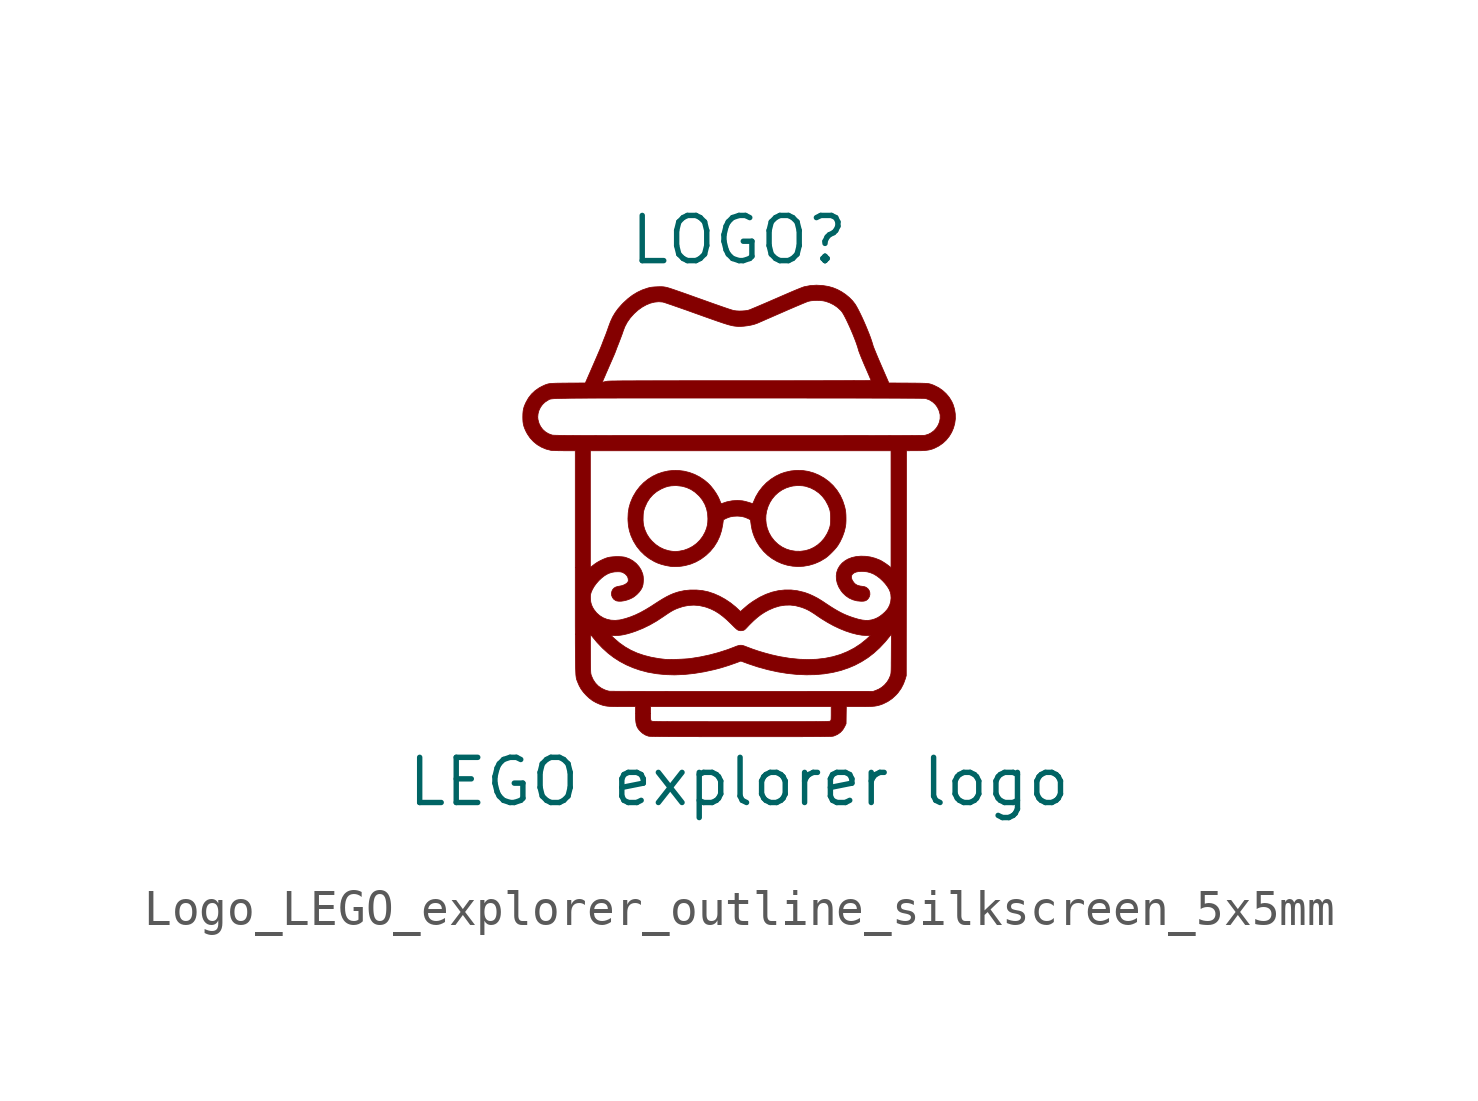
<source format=kicad_sym>
(kicad_symbol_lib
  (version 20231120)
  (generator "kicad_symbol_editor")
  (generator_version "8.0")
  (symbol "Logo_LEGO_explorer_outline_silkscreen_5x5mm"
    (pin_names
      (offset 1.016))
    (property "Reference" "LOGO"
      (at 0 7.62 0)
      (effects (font (size 1.27 1.27))))
    (property "Value" "LEGO explorer logo"
      (at 0 -7.62 0)
      (effects (font (size 1.27 1.27))))
    (symbol "Logo_LEGO_explorer_outline_silkscreen_5x5mm_0_0"
      (polyline (pts (xy -1.752 -1.564) (xy -1.687 -1.56) (xy -1.63 -1.555) (xy -1.518 -1.537) (xy -1.358 -1.494) (xy -1.207 -1.431) (xy -1.064 -1.349) (xy -0.927 -1.247) (xy -0.807 -1.133) (xy -0.702 -1.005) (xy -0.614 -0.865) (xy -0.543 -0.714) (xy -0.491 -0.552) (xy -0.457 -0.381) (xy -0.439 -0.249) (xy -0.37 -0.214) (xy -0.342 -0.201) (xy -0.254 -0.169) (xy -0.162 -0.151) (xy -0.058 -0.145) (xy -0.022 -0.146) (xy 0.076 -0.155) (xy 0.166 -0.178) (xy 0.254 -0.214) (xy 0.311 -0.243) (xy 0.754 -0.243) (xy 0.758 -0.119) (xy 0.779 0.002) (xy 0.815 0.12) (xy 0.866 0.233) (xy 0.931 0.337) (xy 1.01 0.433) (xy 1.103 0.518) (xy 1.208 0.59) (xy 1.326 0.648) (xy 1.455 0.689) (xy 1.52 0.702) (xy 1.609 0.711) (xy 1.702 0.713) (xy 1.79 0.707) (xy 1.866 0.695) (xy 1.88 0.691) (xy 2.013 0.647) (xy 2.136 0.584) (xy 2.247 0.505) (xy 2.345 0.41) (xy 2.429 0.301) (xy 2.496 0.178) (xy 2.5 0.171) (xy 2.528 0.105) (xy 2.549 0.048) (xy 2.563 -0.006) (xy 2.571 -0.064) (xy 2.575 -0.13) (xy 2.577 -0.212) (xy 2.576 -0.221) (xy 2.575 -0.301) (xy 2.571 -0.366) (xy 2.562 -0.423) (xy 2.547 -0.477) (xy 2.526 -0.534) (xy 2.496 -0.602) (xy 2.471 -0.652) (xy 2.4 -0.765) (xy 2.313 -0.866) (xy 2.214 -0.954) (xy 2.105 -1.026) (xy 1.987 -1.081) (xy 1.864 -1.117) (xy 1.727 -1.135) (xy 1.59 -1.133) (xy 1.456 -1.112) (xy 1.329 -1.072) (xy 1.209 -1.014) (xy 1.098 -0.937) (xy 0.999 -0.844) (xy 0.99 -0.833) (xy 0.906 -0.725) (xy 0.842 -0.61) (xy 0.795 -0.49) (xy 0.766 -0.367) (xy 0.754 -0.243) (xy 0.311 -0.243) (xy 0.323 -0.249) (xy 0.331 -0.312) (xy 0.343 -0.4) (xy 0.365 -0.52) (xy 0.395 -0.627) (xy 0.432 -0.729) (xy 0.479 -0.829) (xy 0.501 -0.871) (xy 0.59 -1.012) (xy 0.693 -1.137) (xy 0.808 -1.247) (xy 0.933 -1.341) (xy 1.067 -1.419) (xy 1.208 -1.481) (xy 1.356 -1.526) (xy 1.507 -1.553) (xy 1.661 -1.563) (xy 1.817 -1.555) (xy 1.972 -1.528) (xy 2.125 -1.483) (xy 2.275 -1.418) (xy 2.419 -1.333) (xy 2.43 -1.326) (xy 2.49 -1.28) (xy 2.555 -1.222) (xy 2.621 -1.157) (xy 2.685 -1.09) (xy 2.74 -1.026) (xy 2.782 -0.968) (xy 2.843 -0.866) (xy 2.91 -0.725) (xy 2.962 -0.579) (xy 2.996 -0.434) (xy 2.997 -0.427) (xy 3.005 -0.361) (xy 3.009 -0.281) (xy 3.009 -0.195) (xy 3.007 -0.11) (xy 3.001 -0.031) (xy 2.991 0.034) (xy 2.969 0.129) (xy 2.916 0.29) (xy 2.845 0.441) (xy 2.756 0.581) (xy 2.651 0.709) (xy 2.531 0.823) (xy 2.397 0.922) (xy 2.249 1.006) (xy 2.107 1.066) (xy 1.948 1.112) (xy 1.786 1.137) (xy 1.622 1.141) (xy 1.457 1.124) (xy 1.29 1.086) (xy 1.177 1.047) (xy 1.033 0.978) (xy 0.897 0.892) (xy 0.771 0.79) (xy 0.658 0.673) (xy 0.558 0.543) (xy 0.474 0.402) (xy 0.407 0.251) (xy 0.399 0.233) (xy 0.387 0.211) (xy 0.377 0.205) (xy 0.37 0.208) (xy 0.321 0.226) (xy 0.261 0.244) (xy 0.198 0.262) (xy 0.139 0.276) (xy 0.092 0.285) (xy -0.044 0.295) (xy -0.193 0.285) (xy -0.342 0.256) (xy -0.488 0.207) (xy -0.496 0.206) (xy -0.506 0.215) (xy -0.518 0.239) (xy -0.534 0.279) (xy -0.54 0.295) (xy -0.586 0.397) (xy -0.647 0.502) (xy -0.718 0.605) (xy -0.795 0.701) (xy -0.875 0.783) (xy -0.97 0.863) (xy -1.105 0.954) (xy -1.247 1.027) (xy -1.393 1.081) (xy -1.543 1.118) (xy -1.695 1.137) (xy -1.847 1.139) (xy -1.998 1.123) (xy -2.146 1.09) (xy -2.29 1.041) (xy -2.428 0.975) (xy -2.558 0.893) (xy -2.679 0.796) (xy -2.79 0.683) (xy -2.889 0.555) (xy -2.974 0.412) (xy -2.998 0.363) (xy -3.055 0.225) (xy -3.094 0.087) (xy -3.116 -0.057) (xy -3.123 -0.212) (xy -3.122 -0.26) (xy -2.698 -0.26) (xy -2.696 -0.163) (xy -2.694 -0.107) (xy -2.69 -0.057) (xy -2.683 -0.015) (xy -2.673 0.026) (xy -2.657 0.074) (xy -2.644 0.111) (xy -2.585 0.241) (xy -2.51 0.357) (xy -2.42 0.458) (xy -2.315 0.544) (xy -2.196 0.614) (xy -2.169 0.627) (xy -2.076 0.667) (xy -1.989 0.693) (xy -1.899 0.707) (xy -1.799 0.712) (xy -1.742 0.711) (xy -1.603 0.695) (xy -1.473 0.659) (xy -1.351 0.604) (xy -1.238 0.529) (xy -1.133 0.434) (xy -1.115 0.416) (xy -1.028 0.307) (xy -0.961 0.19) (xy -0.913 0.065) (xy -0.884 -0.069) (xy -0.875 -0.212) (xy -0.875 -0.229) (xy -0.879 -0.321) (xy -0.89 -0.401) (xy -0.909 -0.478) (xy -0.939 -0.559) (xy -0.952 -0.592) (xy -1.017 -0.712) (xy -1.098 -0.82) (xy -1.193 -0.915) (xy -1.301 -0.995) (xy -1.42 -1.058) (xy -1.548 -1.105) (xy -1.683 -1.132) (xy -1.722 -1.136) (xy -1.768 -1.14) (xy -1.807 -1.141) (xy -1.85 -1.138) (xy -1.904 -1.131) (xy -1.976 -1.119) (xy -2.105 -1.081) (xy -2.227 -1.023) (xy -2.341 -0.946) (xy -2.446 -0.85) (xy -2.527 -0.754) (xy -2.594 -0.649) (xy -2.645 -0.534) (xy -2.657 -0.498) (xy -2.679 -0.42) (xy -2.692 -0.343) (xy -2.698 -0.26) (xy -3.122 -0.26) (xy -3.122 -0.272) (xy -3.11 -0.421) (xy -3.081 -0.561) (xy -3.036 -0.698) (xy -2.973 -0.837) (xy -2.964 -0.854) (xy -2.877 -0.996) (xy -2.773 -1.125) (xy -2.654 -1.241) (xy -2.521 -1.342) (xy -2.376 -1.426) (xy -2.285 -1.467) (xy -2.175 -1.505) (xy -2.053 -1.536) (xy -1.916 -1.56) (xy -1.875 -1.563) (xy -1.817 -1.565) (xy -1.752 -1.564)) (stroke (width 0.01) (type default)) (fill (type outline)))
      (polyline (pts (xy 0.933 -6.349) (xy 1.141 -6.349) (xy 1.332 -6.349) (xy 1.506 -6.349) (xy 1.663 -6.349) (xy 1.806 -6.348) (xy 1.934 -6.348) (xy 2.048 -6.348) (xy 2.15 -6.347) (xy 2.239 -6.347) (xy 2.317 -6.346) (xy 2.385 -6.345) (xy 2.443 -6.344) (xy 2.492 -6.343) (xy 2.533 -6.342) (xy 2.566 -6.341) (xy 2.593 -6.34) (xy 2.614 -6.339) (xy 2.63 -6.337) (xy 2.642 -6.335) (xy 2.651 -6.334) (xy 2.677 -6.326) (xy 2.769 -6.286) (xy 2.85 -6.229) (xy 2.918 -6.156) (xy 2.971 -6.068) (xy 3.011 -5.985) (xy 3.014 -5.744) (xy 3.018 -5.503) (xy 3.381 -5.503) (xy 3.424 -5.503) (xy 3.532 -5.503) (xy 3.622 -5.501) (xy 3.698 -5.499) (xy 3.762 -5.495) (xy 3.816 -5.49) (xy 3.864 -5.482) (xy 3.908 -5.473) (xy 3.951 -5.461) (xy 3.995 -5.447) (xy 4.051 -5.426) (xy 4.183 -5.361) (xy 4.305 -5.278) (xy 4.415 -5.177) (xy 4.471 -5.115) (xy 4.558 -4.993) (xy 4.627 -4.86) (xy 4.68 -4.715) (xy 4.704 -4.63) (xy 4.707 -1.468) (xy 4.71 1.693) (xy 4.972 1.694) (xy 5.028 1.694) (xy 5.126 1.695) (xy 5.209 1.699) (xy 5.279 1.706) (xy 5.34 1.715) (xy 5.394 1.728) (xy 5.447 1.744) (xy 5.501 1.766) (xy 5.617 1.825) (xy 5.73 1.903) (xy 5.828 1.994) (xy 5.912 2.098) (xy 5.98 2.211) (xy 6.032 2.332) (xy 6.067 2.459) (xy 6.085 2.591) (xy 6.083 2.725) (xy 6.063 2.859) (xy 6.022 2.992) (xy 5.985 3.075) (xy 5.915 3.19) (xy 5.828 3.295) (xy 5.727 3.388) (xy 5.615 3.466) (xy 5.493 3.527) (xy 5.492 3.528) (xy 5.458 3.542) (xy 5.428 3.553) (xy 5.4 3.563) (xy 5.372 3.571) (xy 5.341 3.578) (xy 5.305 3.583) (xy 5.263 3.587) (xy 5.213 3.589) (xy 5.151 3.591) (xy 5.077 3.593) (xy 4.988 3.594) (xy 4.881 3.595) (xy 4.756 3.596) (xy 4.215 3.599) (xy 4.002 4.089) (xy 3.997 4.1) (xy 3.955 4.198) (xy 3.914 4.293) (xy 3.877 4.381) (xy 3.844 4.462) (xy 3.815 4.532) (xy 3.792 4.59) (xy 3.776 4.632) (xy 3.768 4.658) (xy 3.761 4.684) (xy 3.734 4.77) (xy 3.7 4.87) (xy 3.659 4.979) (xy 3.612 5.095) (xy 3.563 5.214) (xy 3.511 5.333) (xy 3.459 5.448) (xy 3.407 5.556) (xy 3.358 5.654) (xy 3.312 5.739) (xy 3.272 5.807) (xy 3.268 5.813) (xy 3.194 5.909) (xy 3.103 6.001) (xy 2.999 6.087) (xy 2.886 6.163) (xy 2.767 6.227) (xy 2.646 6.276) (xy 2.516 6.313) (xy 2.349 6.34) (xy 2.178 6.349) (xy 2.007 6.338) (xy 1.84 6.306) (xy 1.836 6.306) (xy 1.802 6.294) (xy 1.749 6.274) (xy 1.678 6.246) (xy 1.587 6.209) (xy 1.478 6.163) (xy 1.351 6.108) (xy 1.205 6.045) (xy 1.042 5.974) (xy 0.942 5.931) (xy 0.828 5.881) (xy 0.721 5.835) (xy 0.62 5.792) (xy 0.529 5.753) (xy 0.448 5.719) (xy 0.38 5.691) (xy 0.327 5.668) (xy 0.289 5.654) (xy 0.269 5.647) (xy 0.244 5.641) (xy 0.174 5.63) (xy 0.093 5.624) (xy 0.009 5.622) (xy -0.071 5.626) (xy -0.14 5.635) (xy -0.162 5.64) (xy -0.209 5.654) (xy -0.275 5.675) (xy -0.361 5.704) (xy -0.466 5.74) (xy -0.592 5.784) (xy -0.737 5.835) (xy -0.902 5.894) (xy -1.087 5.96) (xy -1.135 5.977) (xy -1.3 6.036) (xy -1.45 6.09) (xy -1.586 6.138) (xy -1.705 6.179) (xy -1.808 6.215) (xy -1.894 6.244) (xy -1.962 6.266) (xy -2.012 6.281) (xy -2.043 6.289) (xy -2.087 6.297) (xy -2.13 6.303) (xy -2.175 6.306) (xy -2.228 6.306) (xy -2.297 6.304) (xy -2.31 6.303) (xy -2.371 6.3) (xy -2.429 6.295) (xy -2.477 6.289) (xy -2.51 6.283) (xy -2.569 6.267) (xy -2.721 6.215) (xy -2.862 6.148) (xy -2.996 6.066) (xy -3.126 5.967) (xy -3.255 5.848) (xy -3.296 5.806) (xy -3.397 5.692) (xy -3.481 5.577) (xy -3.553 5.456) (xy -3.614 5.324) (xy -3.669 5.177) (xy -3.673 5.166) (xy -3.696 5.098) (xy -3.724 5.021) (xy -3.753 4.943) (xy -3.781 4.874) (xy -3.792 4.845) (xy -3.815 4.787) (xy -3.836 4.732) (xy -3.853 4.687) (xy -3.864 4.657) (xy -3.866 4.654) (xy -3.876 4.628) (xy -3.893 4.586) (xy -3.917 4.529) (xy -3.947 4.46) (xy -3.981 4.38) (xy -4.019 4.292) (xy -4.06 4.198) (xy -4.103 4.099) (xy -4.31 3.625) (xy -3.842 3.625) (xy -3.841 3.629) (xy -3.832 3.65) (xy -3.817 3.687) (xy -3.795 3.738) (xy -3.767 3.801) (xy -3.736 3.875) (xy -3.7 3.956) (xy -3.662 4.044) (xy -3.641 4.092) (xy -3.604 4.177) (xy -3.57 4.254) (xy -3.541 4.322) (xy -3.516 4.378) (xy -3.498 4.422) (xy -3.486 4.45) (xy -3.482 4.46) (xy -3.48 4.468) (xy -3.47 4.493) (xy -3.455 4.532) (xy -3.436 4.584) (xy -3.412 4.645) (xy -3.385 4.713) (xy -3.369 4.754) (xy -3.341 4.828) (xy -3.314 4.899) (xy -3.29 4.963) (xy -3.271 5.016) (xy -3.259 5.054) (xy -3.21 5.183) (xy -3.142 5.31) (xy -3.057 5.43) (xy -2.953 5.546) (xy -2.947 5.552) (xy -2.838 5.65) (xy -2.725 5.731) (xy -2.608 5.796) (xy -2.49 5.844) (xy -2.372 5.873) (xy -2.257 5.884) (xy -2.146 5.875) (xy -2.132 5.872) (xy -2.098 5.861) (xy -2.047 5.845) (xy -1.98 5.822) (xy -1.899 5.795) (xy -1.806 5.762) (xy -1.702 5.726) (xy -1.588 5.686) (xy -1.467 5.644) (xy -1.34 5.598) (xy -1.209 5.551) (xy -1.113 5.517) (xy -0.963 5.463) (xy -0.83 5.416) (xy -0.714 5.375) (xy -0.612 5.339) (xy -0.523 5.309) (xy -0.447 5.283) (xy -0.38 5.262) (xy -0.323 5.244) (xy -0.273 5.23) (xy -0.228 5.219) (xy -0.189 5.21) (xy -0.153 5.203) (xy -0.118 5.198) (xy -0.083 5.194) (xy -0.048 5.191) (xy 0.034 5.189) (xy 0.132 5.195) (xy 0.235 5.208) (xy 0.338 5.226) (xy 0.433 5.25) (xy 0.513 5.278) (xy 0.52 5.281) (xy 0.548 5.293) (xy 0.593 5.313) (xy 0.653 5.339) (xy 0.726 5.371) (xy 0.81 5.408) (xy 0.905 5.449) (xy 1.007 5.494) (xy 1.115 5.541) (xy 1.228 5.59) (xy 1.273 5.61) (xy 1.385 5.659) (xy 1.492 5.705) (xy 1.592 5.748) (xy 1.685 5.787) (xy 1.767 5.822) (xy 1.837 5.851) (xy 1.894 5.874) (xy 1.935 5.89) (xy 1.958 5.897) (xy 2.022 5.91) (xy 2.103 5.918) (xy 2.19 5.921) (xy 2.279 5.918) (xy 2.36 5.91) (xy 2.429 5.896) (xy 2.544 5.857) (xy 2.663 5.798) (xy 2.77 5.725) (xy 2.862 5.639) (xy 2.872 5.628) (xy 2.897 5.597) (xy 2.921 5.56) (xy 2.948 5.514) (xy 2.979 5.456) (xy 3.017 5.382) (xy 3.058 5.296) (xy 3.108 5.188) (xy 3.157 5.076) (xy 3.204 4.965) (xy 3.247 4.857) (xy 3.286 4.756) (xy 3.318 4.664) (xy 3.344 4.585) (xy 3.361 4.522) (xy 3.362 4.518) (xy 3.372 4.489) (xy 3.389 4.444) (xy 3.412 4.385) (xy 3.44 4.314) (xy 3.473 4.236) (xy 3.508 4.151) (xy 3.546 4.063) (xy 3.559 4.034) (xy 3.595 3.951) (xy 3.628 3.875) (xy 3.657 3.808) (xy 3.681 3.751) (xy 3.699 3.708) (xy 3.711 3.679) (xy 3.715 3.669) (xy 3.71 3.668) (xy 3.686 3.668) (xy 3.642 3.667) (xy 3.579 3.667) (xy 3.498 3.666) (xy 3.399 3.666) (xy 3.283 3.666) (xy 3.151 3.665) (xy 3.004 3.665) (xy 2.842 3.664) (xy 2.666 3.664) (xy 2.477 3.664) (xy 2.276 3.663) (xy 2.064 3.663) (xy 1.84 3.663) (xy 1.607 3.663) (xy 1.364 3.662) (xy 1.113 3.662) (xy 0.854 3.662) (xy 0.588 3.662) (xy 0.316 3.662) (xy 0.038 3.662) (xy -0.166 3.662) (xy -0.489 3.662) (xy -0.792 3.662) (xy -1.077 3.662) (xy -1.342 3.662) (xy -1.589 3.662) (xy -1.818 3.661) (xy -2.03 3.661) (xy -2.227 3.661) (xy -2.407 3.661) (xy -2.573 3.66) (xy -2.724 3.66) (xy -2.861 3.66) (xy -2.986 3.659) (xy -3.098 3.659) (xy -3.198 3.658) (xy -3.287 3.658) (xy -3.366 3.657) (xy -3.434 3.656) (xy -3.494 3.655) (xy -3.545 3.655) (xy -3.588 3.654) (xy -3.624 3.653) (xy -3.653 3.651) (xy -3.676 3.65) (xy -3.694 3.649) (xy -3.707 3.648) (xy -3.716 3.646) (xy -3.719 3.646) (xy -3.761 3.637) (xy -3.796 3.629) (xy -3.818 3.624) (xy -3.833 3.622) (xy -3.842 3.625) (xy -4.31 3.625) (xy -4.322 3.599) (xy -4.809 3.596) (xy -4.887 3.595) (xy -4.996 3.594) (xy -5.088 3.593) (xy -5.164 3.591) (xy -5.228 3.588) (xy -5.28 3.585) (xy -5.325 3.58) (xy -5.363 3.573) (xy -5.397 3.564) (xy -5.43 3.553) (xy -5.463 3.54) (xy -5.499 3.523) (xy -5.54 3.504) (xy -5.619 3.462) (xy -5.734 3.382) (xy -5.835 3.287) (xy -5.921 3.177) (xy -5.991 3.053) (xy -6.016 2.998) (xy -6.043 2.931) (xy -6.061 2.869) (xy -6.072 2.804) (xy -6.078 2.732) (xy -6.08 2.646) (xy -6.08 2.634) (xy -5.66 2.634) (xy -5.652 2.73) (xy -5.627 2.823) (xy -5.585 2.912) (xy -5.528 2.991) (xy -5.459 3.058) (xy -5.378 3.111) (xy -5.372 3.114) (xy -5.364 3.119) (xy -5.357 3.123) (xy -5.351 3.127) (xy -5.345 3.131) (xy -5.338 3.135) (xy -5.33 3.139) (xy -5.32 3.142) (xy -5.308 3.145) (xy -5.293 3.148) (xy -5.275 3.151) (xy -5.253 3.153) (xy -5.226 3.156) (xy -5.195 3.158) (xy -5.157 3.16) (xy -5.114 3.162) (xy -5.064 3.163) (xy -5.006 3.165) (xy -4.941 3.166) (xy -4.868 3.167) (xy -4.785 3.169) (xy -4.693 3.17) (xy -4.591 3.171) (xy -4.479 3.171) (xy -4.355 3.172) (xy -4.219 3.173) (xy -4.072 3.173) (xy -3.911 3.174) (xy -3.737 3.174) (xy -3.549 3.174) (xy -3.346 3.175) (xy -3.129 3.175) (xy -2.896 3.175) (xy -2.647 3.175) (xy -2.381 3.175) (xy -2.098 3.175) (xy -1.796 3.175) (xy -1.477 3.175) (xy -1.139 3.175) (xy -0.781 3.175) (xy -0.403 3.175) (xy -0.004 3.175) (xy 0.04 3.175) (xy 0.497 3.175) (xy 0.933 3.175) (xy 1.348 3.175) (xy 1.742 3.175) (xy 2.114 3.174) (xy 2.466 3.174) (xy 2.796 3.174) (xy 3.105 3.174) (xy 3.393 3.173) (xy 3.66 3.173) (xy 3.906 3.172) (xy 4.132 3.172) (xy 4.336 3.171) (xy 4.519 3.171) (xy 4.681 3.17) (xy 4.822 3.169) (xy 4.942 3.169) (xy 5.042 3.168) (xy 5.12 3.167) (xy 5.177 3.166) (xy 5.214 3.165) (xy 5.229 3.164) (xy 5.27 3.155) (xy 5.364 3.119) (xy 5.448 3.065) (xy 5.522 2.997) (xy 5.582 2.915) (xy 5.626 2.823) (xy 5.653 2.723) (xy 5.657 2.695) (xy 5.657 2.598) (xy 5.639 2.504) (xy 5.603 2.415) (xy 5.552 2.333) (xy 5.488 2.261) (xy 5.411 2.201) (xy 5.324 2.155) (xy 5.229 2.127) (xy 5.228 2.127) (xy 5.21 2.126) (xy 5.17 2.126) (xy 5.11 2.125) (xy 5.029 2.124) (xy 4.927 2.123) (xy 4.805 2.122) (xy 4.661 2.122) (xy 4.497 2.121) (xy 4.311 2.121) (xy 4.105 2.12) (xy 3.878 2.12) (xy 3.63 2.119) (xy 3.361 2.119) (xy 3.07 2.119) (xy 2.759 2.118) (xy 2.427 2.118) (xy 2.074 2.118) (xy 1.699 2.118) (xy 1.304 2.118) (xy 0.887 2.118) (xy 0.449 2.118) (xy -0.009 2.118) (xy -0.332 2.118) (xy -0.718 2.118) (xy -1.084 2.118) (xy -1.43 2.118) (xy -1.757 2.118) (xy -2.065 2.118) (xy -2.356 2.118) (xy -2.628 2.119) (xy -2.884 2.119) (xy -3.123 2.119) (xy -3.346 2.119) (xy -3.554 2.119) (xy -3.746 2.12) (xy -3.924 2.12) (xy -4.088 2.121) (xy -4.239 2.121) (xy -4.377 2.121) (xy -4.502 2.122) (xy -4.615 2.122) (xy -4.718 2.123) (xy -4.809 2.123) (xy -4.89 2.124) (xy -4.962 2.125) (xy -5.024 2.126) (xy -5.077 2.126) (xy -5.123 2.127) (xy -5.16 2.128) (xy -5.191 2.129) (xy -5.215 2.13) (xy -5.232 2.131) (xy -5.245 2.132) (xy -5.252 2.133) (xy -5.259 2.135) (xy -5.357 2.171) (xy -5.444 2.224) (xy -5.52 2.292) (xy -5.581 2.374) (xy -5.626 2.467) (xy -5.653 2.569) (xy -5.66 2.634) (xy -6.08 2.634) (xy -6.079 2.582) (xy -6.075 2.507) (xy -6.065 2.441) (xy -6.049 2.379) (xy -6.025 2.313) (xy -5.991 2.238) (xy -5.953 2.167) (xy -5.874 2.051) (xy -5.78 1.95) (xy -5.673 1.863) (xy -5.554 1.793) (xy -5.425 1.739) (xy -5.287 1.704) (xy -5.284 1.704) (xy -5.255 1.701) (xy -5.208 1.699) (xy -5.147 1.696) (xy -5.075 1.695) (xy -4.997 1.694) (xy -4.914 1.693) (xy -4.604 1.693) (xy -4.604 -1.422) (xy -4.604 -1.522) (xy -4.604 -1.589) (xy -4.181 -1.589) (xy -4.181 0.052) (xy -4.181 1.693) (xy 0.048 1.693) (xy 4.276 1.693) (xy 4.276 0.046) (xy 4.276 -1.601) (xy 4.235 -1.563) (xy 4.197 -1.532) (xy 4.145 -1.494) (xy 4.088 -1.456) (xy 4.032 -1.421) (xy 3.985 -1.394) (xy 3.955 -1.38) (xy 3.828 -1.33) (xy 3.696 -1.295) (xy 3.562 -1.276) (xy 3.428 -1.272) (xy 3.299 -1.283) (xy 3.177 -1.31) (xy 3.066 -1.353) (xy 2.986 -1.399) (xy 2.901 -1.466) (xy 2.833 -1.544) (xy 2.782 -1.631) (xy 2.749 -1.725) (xy 2.735 -1.824) (xy 2.739 -1.927) (xy 2.763 -2.032) (xy 2.805 -2.137) (xy 2.868 -2.241) (xy 2.913 -2.3) (xy 2.999 -2.383) (xy 3.096 -2.45) (xy 3.203 -2.499) (xy 3.317 -2.529) (xy 3.436 -2.54) (xy 3.453 -2.54) (xy 3.508 -2.537) (xy 3.549 -2.528) (xy 3.582 -2.513) (xy 3.612 -2.489) (xy 3.632 -2.468) (xy 3.665 -2.414) (xy 3.681 -2.355) (xy 3.679 -2.295) (xy 3.661 -2.239) (xy 3.627 -2.189) (xy 3.576 -2.149) (xy 3.566 -2.144) (xy 3.515 -2.127) (xy 3.447 -2.117) (xy 3.409 -2.112) (xy 3.335 -2.093) (xy 3.275 -2.06) (xy 3.226 -2.011) (xy 3.184 -1.944) (xy 3.174 -1.921) (xy 3.16 -1.867) (xy 3.166 -1.819) (xy 3.19 -1.779) (xy 3.233 -1.745) (xy 3.29 -1.72) (xy 3.361 -1.705) (xy 3.45 -1.701) (xy 3.499 -1.702) (xy 3.601 -1.712) (xy 3.694 -1.736) (xy 3.784 -1.774) (xy 3.797 -1.78) (xy 3.88 -1.831) (xy 3.963 -1.894) (xy 4.041 -1.967) (xy 4.113 -2.045) (xy 4.174 -2.126) (xy 4.223 -2.206) (xy 4.254 -2.282) (xy 4.27 -2.349) (xy 4.277 -2.45) (xy 4.266 -2.551) (xy 4.238 -2.648) (xy 4.193 -2.736) (xy 4.166 -2.774) (xy 4.107 -2.841) (xy 4.037 -2.905) (xy 3.964 -2.961) (xy 3.893 -3.004) (xy 3.818 -3.037) (xy 3.734 -3.063) (xy 3.649 -3.077) (xy 3.56 -3.079) (xy 3.463 -3.068) (xy 3.356 -3.045) (xy 3.235 -3.009) (xy 3.179 -2.991) (xy 3.093 -2.96) (xy 3.012 -2.928) (xy 2.933 -2.893) (xy 2.854 -2.854) (xy 2.77 -2.808) (xy 2.681 -2.756) (xy 2.583 -2.695) (xy 2.473 -2.623) (xy 2.349 -2.54) (xy 2.313 -2.517) (xy 2.207 -2.453) (xy 2.093 -2.394) (xy 1.979 -2.342) (xy 1.873 -2.303) (xy 1.825 -2.288) (xy 1.645 -2.245) (xy 1.465 -2.223) (xy 1.286 -2.223) (xy 1.107 -2.243) (xy 0.93 -2.284) (xy 0.755 -2.346) (xy 0.582 -2.428) (xy 0.413 -2.531) (xy 0.402 -2.538) (xy 0.338 -2.582) (xy 0.283 -2.622) (xy 0.231 -2.663) (xy 0.176 -2.71) (xy 0.112 -2.766) (xy 0.042 -2.829) (xy -0.035 -2.756) (xy -0.1 -2.696) (xy -0.239 -2.585) (xy -0.389 -2.485) (xy -0.545 -2.399) (xy -0.703 -2.329) (xy -0.86 -2.277) (xy -0.861 -2.276) (xy -1.026 -2.241) (xy -1.197 -2.224) (xy -1.369 -2.224) (xy -1.538 -2.241) (xy -1.699 -2.276) (xy -1.765 -2.296) (xy -1.854 -2.327) (xy -1.944 -2.366) (xy -2.038 -2.413) (xy -2.139 -2.47) (xy -2.25 -2.538) (xy -2.374 -2.618) (xy -2.471 -2.682) (xy -2.626 -2.776) (xy -2.772 -2.857) (xy -2.912 -2.924) (xy -3.048 -2.979) (xy -3.183 -3.024) (xy -3.32 -3.059) (xy -3.356 -3.066) (xy -3.48 -3.078) (xy -3.601 -3.072) (xy -3.715 -3.047) (xy -3.822 -3.004) (xy -3.919 -2.944) (xy -4.005 -2.868) (xy -4.078 -2.775) (xy -4.117 -2.71) (xy -4.149 -2.637) (xy -4.169 -2.561) (xy -4.178 -2.475) (xy -4.18 -2.425) (xy -4.178 -2.381) (xy -4.172 -2.342) (xy -4.161 -2.3) (xy -4.161 -2.298) (xy -4.126 -2.215) (xy -4.076 -2.127) (xy -4.013 -2.04) (xy -3.94 -1.957) (xy -3.861 -1.883) (xy -3.78 -1.82) (xy -3.699 -1.773) (xy -3.655 -1.753) (xy -3.579 -1.728) (xy -3.501 -1.714) (xy -3.413 -1.71) (xy -3.375 -1.71) (xy -3.332 -1.714) (xy -3.298 -1.721) (xy -3.265 -1.734) (xy -3.264 -1.734) (xy -3.2 -1.773) (xy -3.152 -1.822) (xy -3.122 -1.88) (xy -3.112 -1.944) (xy -3.112 -1.957) (xy -3.12 -1.99) (xy -3.142 -2.02) (xy -3.17 -2.044) (xy -3.225 -2.076) (xy -3.292 -2.101) (xy -3.364 -2.116) (xy -3.406 -2.123) (xy -3.466 -2.141) (xy -3.513 -2.169) (xy -3.55 -2.209) (xy -3.574 -2.255) (xy -3.587 -2.315) (xy -3.582 -2.376) (xy -3.56 -2.433) (xy -3.523 -2.482) (xy -3.47 -2.519) (xy -3.439 -2.531) (xy -3.379 -2.539) (xy -3.308 -2.538) (xy -3.229 -2.526) (xy -3.148 -2.505) (xy -3.066 -2.475) (xy -2.99 -2.438) (xy -2.946 -2.409) (xy -2.874 -2.351) (xy -2.809 -2.283) (xy -2.756 -2.211) (xy -2.718 -2.138) (xy -2.715 -2.128) (xy -2.7 -2.07) (xy -2.692 -1.999) (xy -2.689 -1.924) (xy -2.693 -1.851) (xy -2.704 -1.788) (xy -2.712 -1.761) (xy -2.755 -1.657) (xy -2.816 -1.561) (xy -2.892 -1.476) (xy -2.982 -1.404) (xy -3.084 -1.346) (xy -3.196 -1.305) (xy -3.232 -1.297) (xy -3.3 -1.289) (xy -3.379 -1.285) (xy -3.462 -1.285) (xy -3.545 -1.29) (xy -3.62 -1.298) (xy -3.683 -1.31) (xy -3.732 -1.325) (xy -3.818 -1.359) (xy -3.906 -1.401) (xy -3.989 -1.447) (xy -4.058 -1.494) (xy -4.069 -1.502) (xy -4.105 -1.53) (xy -4.136 -1.554) (xy -4.155 -1.57) (xy -4.181 -1.589) (xy -4.604 -1.589) (xy -4.604 -1.825) (xy -4.604 -2.107) (xy -4.604 -2.37) (xy -4.604 -2.614) (xy -4.604 -2.841) (xy -4.604 -3.05) (xy -4.604 -3.242) (xy -4.603 -3.418) (xy -4.603 -3.466) (xy -4.18 -3.466) (xy -4.156 -3.497) (xy -4.151 -3.503) (xy -3.598 -3.503) (xy -3.479 -3.504) (xy -3.413 -3.503) (xy -3.325 -3.494) (xy -3.232 -3.478) (xy -3.13 -3.453) (xy -3.014 -3.419) (xy -2.903 -3.381) (xy -2.704 -3.301) (xy -2.509 -3.206) (xy -2.314 -3.094) (xy -2.117 -2.964) (xy -2.091 -2.946) (xy -2.019 -2.897) (xy -1.958 -2.857) (xy -1.906 -2.825) (xy -1.858 -2.798) (xy -1.81 -2.774) (xy -1.759 -2.751) (xy -1.729 -2.739) (xy -1.576 -2.688) (xy -1.423 -2.658) (xy -1.27 -2.649) (xy -1.117 -2.661) (xy -0.965 -2.695) (xy -0.908 -2.712) (xy -0.791 -2.757) (xy -0.678 -2.812) (xy -0.568 -2.88) (xy -0.458 -2.962) (xy -0.344 -3.059) (xy -0.224 -3.174) (xy -0.207 -3.191) (xy -0.154 -3.244) (xy -0.113 -3.284) (xy -0.081 -3.313) (xy -0.057 -3.333) (xy -0.036 -3.347) (xy -0.019 -3.355) (xy -0.001 -3.361) (xy 0.05 -3.369) (xy 0.102 -3.363) (xy 0.124 -3.357) (xy 0.146 -3.348) (xy 0.169 -3.331) (xy 0.196 -3.305) (xy 0.233 -3.266) (xy 0.299 -3.196) (xy 0.409 -3.088) (xy 0.514 -2.995) (xy 0.617 -2.916) (xy 0.722 -2.848) (xy 0.831 -2.789) (xy 0.838 -2.785) (xy 0.991 -2.719) (xy 1.142 -2.674) (xy 1.292 -2.651) (xy 1.441 -2.647) (xy 1.589 -2.665) (xy 1.738 -2.704) (xy 1.791 -2.722) (xy 1.856 -2.747) (xy 1.918 -2.775) (xy 1.981 -2.808) (xy 2.049 -2.849) (xy 2.127 -2.899) (xy 2.216 -2.961) (xy 2.316 -3.028) (xy 2.487 -3.133) (xy 2.658 -3.227) (xy 2.829 -3.308) (xy 2.996 -3.376) (xy 3.159 -3.43) (xy 3.314 -3.47) (xy 3.46 -3.495) (xy 3.596 -3.503) (xy 3.697 -3.503) (xy 3.614 -3.58) (xy 3.582 -3.61) (xy 3.416 -3.743) (xy 3.24 -3.858) (xy 3.051 -3.956) (xy 2.852 -4.037) (xy 2.642 -4.099) (xy 2.42 -4.144) (xy 2.188 -4.171) (xy 1.946 -4.18) (xy 1.694 -4.171) (xy 1.431 -4.145) (xy 1.159 -4.1) (xy 1.104 -4.089) (xy 0.923 -4.048) (xy 0.739 -3.999) (xy 0.556 -3.945) (xy 0.382 -3.886) (xy 0.222 -3.826) (xy 0.172 -3.806) (xy 0.118 -3.788) (xy 0.073 -3.779) (xy 0.03 -3.778) (xy -0.016 -3.787) (xy -0.07 -3.804) (xy -0.137 -3.831) (xy -0.325 -3.902) (xy -0.573 -3.982) (xy -0.832 -4.051) (xy -1.095 -4.107) (xy -1.358 -4.149) (xy -1.389 -4.153) (xy -1.456 -4.159) (xy -1.534 -4.164) (xy -1.62 -4.169) (xy -1.711 -4.173) (xy -1.801 -4.176) (xy -1.886 -4.177) (xy -1.963 -4.178) (xy -2.027 -4.176) (xy -2.074 -4.174) (xy -2.246 -4.154) (xy -2.466 -4.115) (xy -2.671 -4.063) (xy -2.862 -3.998) (xy -3.04 -3.918) (xy -3.206 -3.823) (xy -3.361 -3.714) (xy -3.507 -3.588) (xy -3.598 -3.503) (xy -4.151 -3.503) (xy -4.142 -3.515) (xy -3.994 -3.695) (xy -3.842 -3.855) (xy -3.686 -3.997) (xy -3.523 -4.122) (xy -3.353 -4.231) (xy -3.172 -4.327) (xy -2.979 -4.41) (xy -2.802 -4.472) (xy -2.57 -4.534) (xy -2.327 -4.577) (xy -2.075 -4.603) (xy -1.813 -4.611) (xy -1.543 -4.6) (xy -1.265 -4.571) (xy -0.979 -4.524) (xy -0.686 -4.46) (xy -0.495 -4.409) (xy -0.293 -4.346) (xy -0.087 -4.274) (xy 0.053 -4.222) (xy 0.209 -4.279) (xy 0.242 -4.292) (xy 0.525 -4.386) (xy 0.807 -4.464) (xy 1.085 -4.525) (xy 1.36 -4.57) (xy 1.63 -4.598) (xy 1.894 -4.609) (xy 2.151 -4.604) (xy 2.399 -4.581) (xy 2.638 -4.542) (xy 2.867 -4.486) (xy 3.084 -4.412) (xy 3.257 -4.339) (xy 3.445 -4.24) (xy 3.623 -4.127) (xy 3.792 -3.997) (xy 3.954 -3.849) (xy 4.11 -3.683) (xy 4.262 -3.497) (xy 4.286 -3.466) (xy 4.283 -4.016) (xy 4.283 -4.059) (xy 4.282 -4.175) (xy 4.281 -4.271) (xy 4.281 -4.351) (xy 4.28 -4.417) (xy 4.279 -4.469) (xy 4.277 -4.511) (xy 4.275 -4.543) (xy 4.273 -4.568) (xy 4.269 -4.588) (xy 4.266 -4.605) (xy 4.261 -4.62) (xy 4.256 -4.636) (xy 4.254 -4.641) (xy 4.213 -4.734) (xy 4.162 -4.815) (xy 4.096 -4.89) (xy 4.09 -4.897) (xy 4.015 -4.96) (xy 3.935 -5.01) (xy 3.842 -5.05) (xy 3.773 -5.075) (xy 0.085 -5.076) (xy -0.1 -5.076) (xy -0.375 -5.076) (xy -0.644 -5.076) (xy -0.907 -5.076) (xy -1.163 -5.076) (xy -1.411 -5.076) (xy -1.65 -5.076) (xy -1.879 -5.076) (xy -2.098 -5.075) (xy -2.306 -5.075) (xy -2.502 -5.075) (xy -2.685 -5.074) (xy -2.855 -5.074) (xy -3.011 -5.074) (xy -3.151 -5.073) (xy -3.276 -5.073) (xy -3.385 -5.072) (xy -3.476 -5.072) (xy -3.549 -5.071) (xy -3.603 -5.071) (xy -3.637 -5.07) (xy -3.651 -5.069) (xy -3.683 -5.062) (xy -3.727 -5.049) (xy -3.771 -5.034) (xy -3.865 -4.989) (xy -3.958 -4.924) (xy -4.036 -4.843) (xy -4.101 -4.746) (xy -4.15 -4.636) (xy -4.152 -4.63) (xy -4.157 -4.615) (xy -4.161 -4.599) (xy -4.165 -4.582) (xy -4.168 -4.56) (xy -4.17 -4.533) (xy -4.172 -4.498) (xy -4.173 -4.453) (xy -4.174 -4.397) (xy -4.175 -4.327) (xy -4.176 -4.241) (xy -4.177 -4.138) (xy -4.177 -4.016) (xy -4.18 -3.466) (xy -4.603 -3.466) (xy -4.603 -3.58) (xy -4.603 -3.727) (xy -4.602 -3.861) (xy -4.601 -3.981) (xy -4.601 -4.09) (xy -4.599 -4.187) (xy -4.598 -4.273) (xy -4.597 -4.35) (xy -4.595 -4.417) (xy -4.593 -4.476) (xy -4.591 -4.527) (xy -4.589 -4.571) (xy -4.587 -4.608) (xy -4.584 -4.64) (xy -4.58 -4.668) (xy -4.577 -4.691) (xy -4.573 -4.711) (xy -4.569 -4.728) (xy -4.565 -4.743) (xy -4.56 -4.757) (xy -4.554 -4.771) (xy -4.549 -4.785) (xy -4.543 -4.8) (xy -4.536 -4.817) (xy -4.495 -4.913) (xy -4.441 -5.01) (xy -4.374 -5.1) (xy -4.291 -5.191) (xy -4.21 -5.266) (xy -4.12 -5.334) (xy -4.024 -5.389) (xy -3.917 -5.436) (xy -3.883 -5.448) (xy -3.839 -5.463) (xy -3.795 -5.474) (xy -3.748 -5.484) (xy -3.697 -5.491) (xy -3.639 -5.496) (xy -3.57 -5.5) (xy -3.488 -5.502) (xy -3.39 -5.503) (xy -3.274 -5.503) (xy -2.91 -5.503) (xy -2.91 -5.694) (xy -2.487 -5.694) (xy -2.487 -5.503) (xy 0.053 -5.503) (xy 2.593 -5.503) (xy 2.593 -5.694) (xy 2.593 -5.747) (xy 2.592 -5.801) (xy 2.591 -5.84) (xy 2.589 -5.867) (xy 2.585 -5.885) (xy 2.579 -5.896) (xy 2.572 -5.905) (xy 2.571 -5.907) (xy 2.568 -5.909) (xy 2.564 -5.911) (xy 2.558 -5.913) (xy 2.55 -5.914) (xy 2.538 -5.916) (xy 2.522 -5.917) (xy 2.5 -5.919) (xy 2.473 -5.92) (xy 2.439 -5.921) (xy 2.397 -5.922) (xy 2.347 -5.923) (xy 2.288 -5.923) (xy 2.219 -5.924) (xy 2.139 -5.925) (xy 2.048 -5.925) (xy 1.944 -5.925) (xy 1.828 -5.926) (xy 1.697 -5.926) (xy 1.552 -5.926) (xy 1.39 -5.926) (xy 1.213 -5.926) (xy 1.019 -5.926) (xy 0.806 -5.927) (xy 0.575 -5.927) (xy 0.324 -5.927) (xy 0.053 -5.927) (xy -0.074 -5.927) (xy -0.335 -5.927) (xy -0.577 -5.927) (xy -0.8 -5.927) (xy -1.004 -5.926) (xy -1.19 -5.926) (xy -1.36 -5.926) (xy -1.514 -5.926) (xy -1.653 -5.926) (xy -1.777 -5.926) (xy -1.888 -5.925) (xy -1.986 -5.925) (xy -2.071 -5.924) (xy -2.146 -5.924) (xy -2.211 -5.923) (xy -2.265 -5.922) (xy -2.311 -5.921) (xy -2.349 -5.92) (xy -2.38 -5.919) (xy -2.405 -5.918) (xy -2.424 -5.917) (xy -2.438 -5.915) (xy -2.448 -5.914) (xy -2.455 -5.912) (xy -2.46 -5.91) (xy -2.463 -5.908) (xy -2.466 -5.905) (xy -2.472 -5.899) (xy -2.478 -5.888) (xy -2.482 -5.872) (xy -2.485 -5.848) (xy -2.486 -5.812) (xy -2.487 -5.762) (xy -2.487 -5.694) (xy -2.91 -5.694) (xy -2.91 -5.713) (xy -2.91 -5.791) (xy -2.906 -5.88) (xy -2.898 -5.954) (xy -2.885 -6.015) (xy -2.867 -6.068) (xy -2.841 -6.115) (xy -2.808 -6.16) (xy -2.765 -6.205) (xy -2.713 -6.252) (xy -2.635 -6.301) (xy -2.55 -6.333) (xy -2.544 -6.334) (xy -2.532 -6.336) (xy -2.516 -6.338) (xy -2.493 -6.339) (xy -2.465 -6.34) (xy -2.429 -6.341) (xy -2.384 -6.342) (xy -2.331 -6.343) (xy -2.269 -6.344) (xy -2.196 -6.345) (xy -2.112 -6.346) (xy -2.015 -6.346) (xy -1.907 -6.347) (xy -1.785 -6.347) (xy -1.648 -6.348) (xy -1.497 -6.348) (xy -1.329 -6.348) (xy -1.146 -6.348) (xy -0.945 -6.349) (xy -0.726 -6.349) (xy -0.488 -6.349) (xy -0.23 -6.349) (xy 0.048 -6.349) (xy 0.195 -6.349) (xy 0.461 -6.349) (xy 0.707 -6.349) (xy 0.933 -6.349)) (stroke (width 0.01) (type default)) (fill (type outline))))))
</source>
